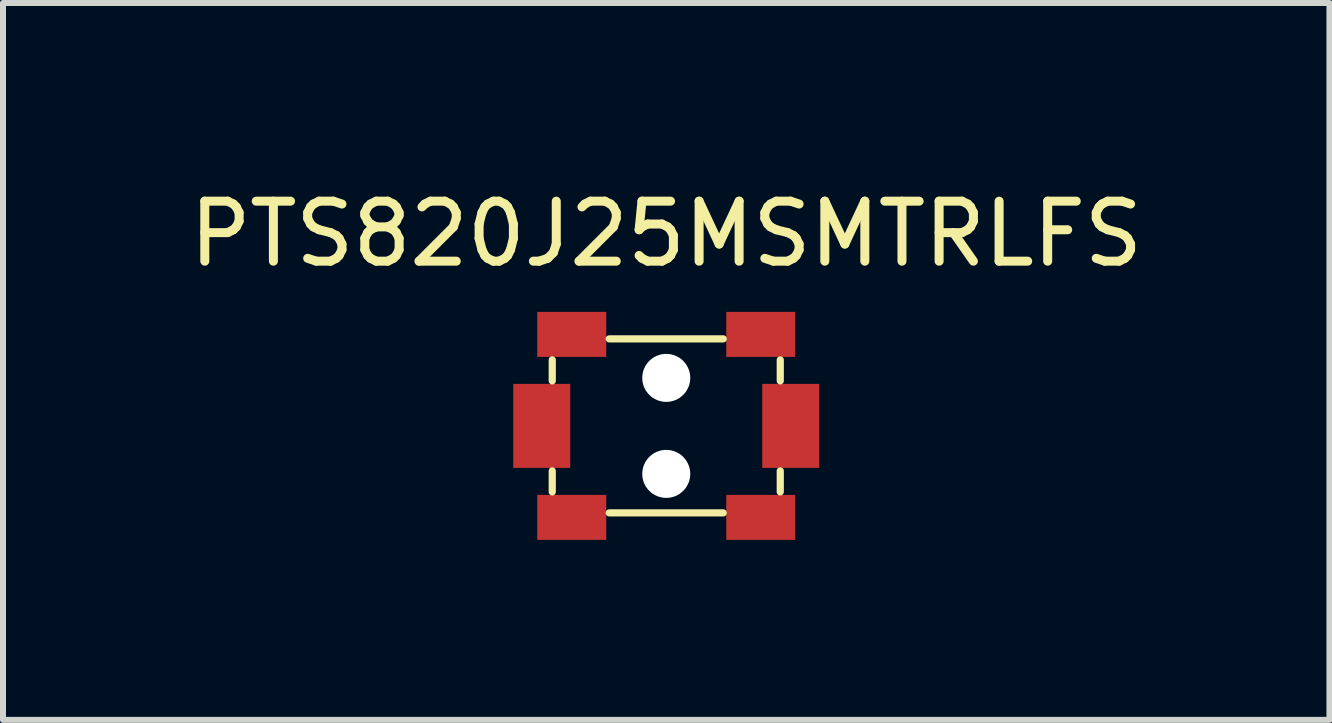
<source format=kicad_pcb>
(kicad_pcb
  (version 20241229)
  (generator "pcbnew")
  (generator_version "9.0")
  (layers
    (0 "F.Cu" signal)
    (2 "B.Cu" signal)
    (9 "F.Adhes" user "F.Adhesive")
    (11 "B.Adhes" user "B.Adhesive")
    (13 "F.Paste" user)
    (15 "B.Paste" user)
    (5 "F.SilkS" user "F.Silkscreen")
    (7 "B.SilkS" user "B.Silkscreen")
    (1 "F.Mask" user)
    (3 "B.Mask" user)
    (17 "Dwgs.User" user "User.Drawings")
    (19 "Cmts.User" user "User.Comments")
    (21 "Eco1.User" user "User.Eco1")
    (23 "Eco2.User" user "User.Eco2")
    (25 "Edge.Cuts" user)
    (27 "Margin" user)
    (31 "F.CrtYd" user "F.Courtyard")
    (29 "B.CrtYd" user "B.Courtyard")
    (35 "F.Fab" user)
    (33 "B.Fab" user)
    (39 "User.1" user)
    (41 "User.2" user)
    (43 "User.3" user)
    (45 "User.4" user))
  (footprint "PTS820J25MSMTRLFS"
    (layer "F.Cu")
    (at 8.054 4.048)
    (property "Reference" "PTS820J25MSMTRLFS" (at 0 -3.2 0) (layer "F.SilkS") (effects (font (size 1 1) (thickness 0.15))))
    (attr through_hole)
    (fp_line (start -1.9 -1.1) (end -1.9 -0.75) (stroke (width 0.12) (type solid)) (layer "F.SilkS"))
    (fp_line (start -1.9 0.75) (end -1.9 1.1) (stroke (width 0.12) (type solid)) (layer "F.SilkS"))
    (fp_line (start -0.95 -1.45) (end 0.95 -1.45) (stroke (width 0.12) (type solid)) (layer "F.SilkS"))
    (fp_line (start -0.95 1.45) (end 0.95 1.45) (stroke (width 0.12) (type solid)) (layer "F.SilkS"))
    (fp_line (start 1.9 -1.1) (end 1.9 -0.75) (stroke (width 0.12) (type solid)) (layer "F.SilkS"))
    (fp_line (start 1.9 0.75) (end 1.9 1.1) (stroke (width 0.12) (type solid)) (layer "F.SilkS"))
    (pad "" np_thru_hole circle (at 0 -0.8) (size 0.8 0.8) (drill 0.8) (layers "*.Cu" "*.Mask"))
    (pad "" np_thru_hole circle (at 0 0.8) (size 0.8 0.8) (drill 0.8) (layers "*.Cu" "*.Mask"))
    (pad "1" smd rect (at -2.075 0) (size 0.95 1.4) (layers "F.Cu" "F.Mask" "F.Paste"))
    (pad "2" smd rect (at 2.075 0) (size 0.95 1.4) (layers "F.Cu" "F.Mask" "F.Paste"))
    (pad "3" smd rect (at -1.575 -1.525) (size 1.15 0.75) (layers "F.Cu" "F.Mask" "F.Paste"))
    (pad "3" smd rect (at -1.575 1.525) (size 1.15 0.75) (layers "F.Cu" "F.Mask" "F.Paste"))
    (pad "3" smd rect (at 1.575 -1.525) (size 1.15 0.75) (layers "F.Cu" "F.Mask" "F.Paste"))
    (pad "3" smd rect (at 1.575 1.525) (size 1.15 0.75) (layers "F.Cu" "F.Mask" "F.Paste")))
  (gr_rect
    (start -3 -3)
    (end 19.107 8.948)
    (stroke (width 0.1) (type default))
    (fill no)
    (layer "Edge.Cuts")))
</source>
